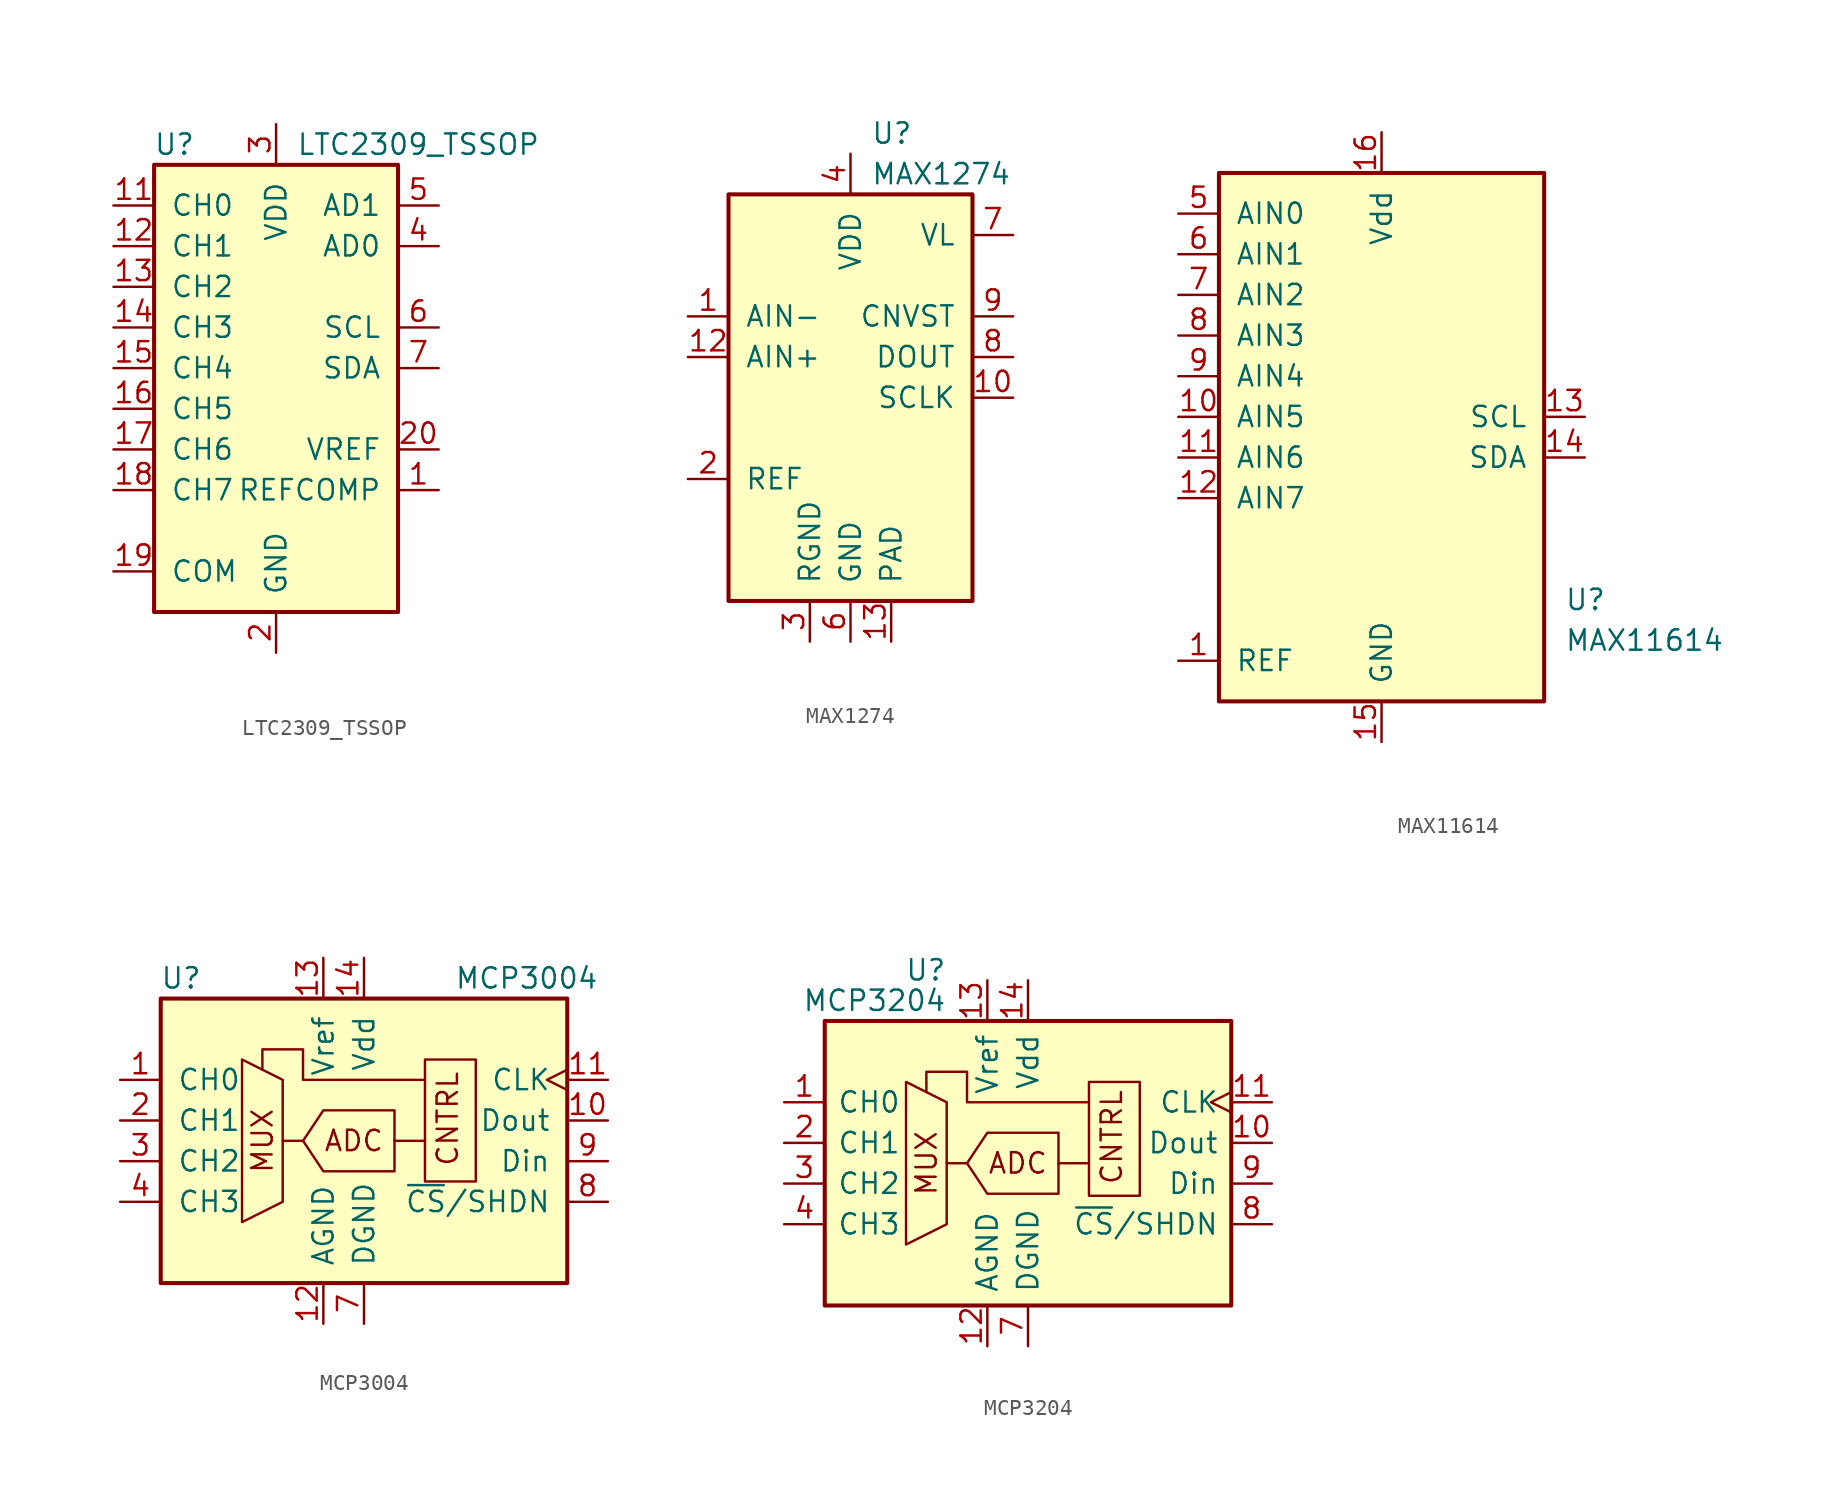
<source format=kicad_sym>
(kicad_symbol_lib
  (version 20220914)
  (generator kicad_symbol_editor)
  (symbol "LTC2309_TSSOP"
    (pin_names
      (offset 1.016))
    (property "Reference" "U"
      (at -6.35 13.97 0)
      (effects (font (size 1.27 1.27))))
    (property "Value" "LTC2309_TSSOP"
      (at 8.89 13.97 0)
      (effects (font (size 1.27 1.27))))
    (symbol "LTC2309_TSSOP_0_1"
      (rectangle (start -7.62 12.7) (end 7.62 -15.24) (stroke (width 0.254) (type default)) (fill (type background)))
      (pin input line (at -10.16 -2.54 0) (length 2.54) (name "CH5" (effects (font (size 1.27 1.27)))) (number "16" (effects (font (size 1.27 1.27))))))
    (symbol "LTC2309_TSSOP_1_1"
      (pin input line (at 10.16 -7.62 180) (length 2.54) (name "REFCOMP" (effects (font (size 1.27 1.27)))) (number "1" (effects (font (size 1.27 1.27)))))
      (pin passive line (at 0 15.24 270) (length 2.54) hide (name "VDD" (effects (font (size 1.27 1.27)))) (number "10" (effects (font (size 1.27 1.27)))))
      (pin input line (at -10.16 10.16 0) (length 2.54) (name "CH0" (effects (font (size 1.27 1.27)))) (number "11" (effects (font (size 1.27 1.27)))))
      (pin input line (at -10.16 7.62 0) (length 2.54) (name "CH1" (effects (font (size 1.27 1.27)))) (number "12" (effects (font (size 1.27 1.27)))))
      (pin input line (at -10.16 5.08 0) (length 2.54) (name "CH2" (effects (font (size 1.27 1.27)))) (number "13" (effects (font (size 1.27 1.27)))))
      (pin input line (at -10.16 2.54 0) (length 2.54) (name "CH3" (effects (font (size 1.27 1.27)))) (number "14" (effects (font (size 1.27 1.27)))))
      (pin input line (at -10.16 0 0) (length 2.54) (name "CH4" (effects (font (size 1.27 1.27)))) (number "15" (effects (font (size 1.27 1.27)))))
      (pin input line (at -10.16 -5.08 0) (length 2.54) (name "CH6" (effects (font (size 1.27 1.27)))) (number "17" (effects (font (size 1.27 1.27)))))
      (pin input line (at -10.16 -7.62 0) (length 2.54) (name "CH7" (effects (font (size 1.27 1.27)))) (number "18" (effects (font (size 1.27 1.27)))))
      (pin input line (at -10.16 -12.7 0) (length 2.54) (name "COM" (effects (font (size 1.27 1.27)))) (number "19" (effects (font (size 1.27 1.27)))))
      (pin power_in line (at 0 -17.78 90) (length 2.54) (name "GND" (effects (font (size 1.27 1.27)))) (number "2" (effects (font (size 1.27 1.27)))))
      (pin input line (at 10.16 -5.08 180) (length 2.54) (name "VREF" (effects (font (size 1.27 1.27)))) (number "20" (effects (font (size 1.27 1.27)))))
      (pin power_in line (at 0 15.24 270) (length 2.54) (name "VDD" (effects (font (size 1.27 1.27)))) (number "3" (effects (font (size 1.27 1.27)))))
      (pin input line (at 10.16 7.62 180) (length 2.54) (name "AD0" (effects (font (size 1.27 1.27)))) (number "4" (effects (font (size 1.27 1.27)))))
      (pin input line (at 10.16 10.16 180) (length 2.54) (name "AD1" (effects (font (size 1.27 1.27)))) (number "5" (effects (font (size 1.27 1.27)))))
      (pin input line (at 10.16 2.54 180) (length 2.54) (name "SCL" (effects (font (size 1.27 1.27)))) (number "6" (effects (font (size 1.27 1.27)))))
      (pin bidirectional line (at 10.16 0 180) (length 2.54) (name "SDA" (effects (font (size 1.27 1.27)))) (number "7" (effects (font (size 1.27 1.27)))))
      (pin passive line (at 0 -17.78 90) (length 2.54) hide (name "GND" (effects (font (size 1.27 1.27)))) (number "8" (effects (font (size 1.27 1.27)))))
      (pin passive line (at 0 -17.78 90) (length 2.54) hide (name "GND" (effects (font (size 1.27 1.27)))) (number "9" (effects (font (size 1.27 1.27)))))))
  (symbol "MAX1274"
    (pin_names
      (offset 1.016))
    (property "Reference" "U"
      (at 1.27 16.51 0)
      (effects (font (size 1.27 1.27)) (justify left)))
    (property "Value" "MAX1274"
      (at 1.27 13.97 0)
      (effects (font (size 1.27 1.27)) (justify left)))
    (symbol "MAX1274_1_1"
      (rectangle (start -7.62 12.7) (end 7.62 -12.7) (stroke (width 0.254) (type default)) (fill (type background)))
      (pin input line (at -10.16 5.08 0) (length 2.54) (name "AIN-" (effects (font (size 1.27 1.27)))) (number "1" (effects (font (size 1.27 1.27)))))
      (pin input line (at 10.16 0 180) (length 2.54) (name "SCLK" (effects (font (size 1.27 1.27)))) (number "10" (effects (font (size 1.27 1.27)))))
      (pin no_connect line (at 10.16 -5.08 180) (length 2.54) hide (name "NC" (effects (font (size 1.27 1.27)))) (number "11" (effects (font (size 1.27 1.27)))))
      (pin input line (at -10.16 2.54 0) (length 2.54) (name "AIN+" (effects (font (size 1.27 1.27)))) (number "12" (effects (font (size 1.27 1.27)))))
      (pin power_in line (at 2.54 -15.24 90) (length 2.54) (name "PAD" (effects (font (size 1.27 1.27)))) (number "13" (effects (font (size 1.27 1.27)))))
      (pin input line (at -10.16 -5.08 0) (length 2.54) (name "REF" (effects (font (size 1.27 1.27)))) (number "2" (effects (font (size 1.27 1.27)))))
      (pin power_in line (at -2.54 -15.24 90) (length 2.54) (name "RGND" (effects (font (size 1.27 1.27)))) (number "3" (effects (font (size 1.27 1.27)))))
      (pin power_in line (at 0 15.24 270) (length 2.54) (name "VDD" (effects (font (size 1.27 1.27)))) (number "4" (effects (font (size 1.27 1.27)))))
      (pin no_connect line (at 10.16 -7.62 180) (length 2.54) hide (name "NC" (effects (font (size 1.27 1.27)))) (number "5" (effects (font (size 1.27 1.27)))))
      (pin power_in line (at 0 -15.24 90) (length 2.54) (name "GND" (effects (font (size 1.27 1.27)))) (number "6" (effects (font (size 1.27 1.27)))))
      (pin power_in line (at 10.16 10.16 180) (length 2.54) (name "VL" (effects (font (size 1.27 1.27)))) (number "7" (effects (font (size 1.27 1.27)))))
      (pin output line (at 10.16 2.54 180) (length 2.54) (name "DOUT" (effects (font (size 1.27 1.27)))) (number "8" (effects (font (size 1.27 1.27)))))
      (pin input line (at 10.16 5.08 180) (length 2.54) (name "CNVST" (effects (font (size 1.27 1.27)))) (number "9" (effects (font (size 1.27 1.27)))))))
  (symbol "MAX11614"
    (pin_names
      (offset 1.016))
    (property "Reference" "U"
      (at 11.43 -11.43 0)
      (effects (font (size 1.27 1.27)) (justify left)))
    (property "Value" "MAX11614"
      (at 11.43 -13.97 0)
      (effects (font (size 1.27 1.27)) (justify left)))
    (symbol "MAX11614_0_1"
      (rectangle (start -10.16 15.24) (end 10.16 -17.78) (stroke (width 0.254) (type default)) (fill (type background))))
    (symbol "MAX11614_1_1"
      (pin input line (at -12.7 -15.24 0) (length 2.54) (name "REF" (effects (font (size 1.27 1.27)))) (number "1" (effects (font (size 1.27 1.27)))))
      (pin input line (at -12.7 0 0) (length 2.54) (name "AIN5" (effects (font (size 1.27 1.27)))) (number "10" (effects (font (size 1.27 1.27)))))
      (pin input line (at -12.7 -2.54 0) (length 2.54) (name "AIN6" (effects (font (size 1.27 1.27)))) (number "11" (effects (font (size 1.27 1.27)))))
      (pin input line (at -12.7 -5.08 0) (length 2.54) (name "AIN7" (effects (font (size 1.27 1.27)))) (number "12" (effects (font (size 1.27 1.27)))))
      (pin input line (at 12.7 0 180) (length 2.54) (name "SCL" (effects (font (size 1.27 1.27)))) (number "13" (effects (font (size 1.27 1.27)))))
      (pin bidirectional line (at 12.7 -2.54 180) (length 2.54) (name "SDA" (effects (font (size 1.27 1.27)))) (number "14" (effects (font (size 1.27 1.27)))))
      (pin power_in line (at 0 -20.32 90) (length 2.54) (name "GND" (effects (font (size 1.27 1.27)))) (number "15" (effects (font (size 1.27 1.27)))))
      (pin power_in line (at 0 17.78 270) (length 2.54) (name "Vdd" (effects (font (size 1.27 1.27)))) (number "16" (effects (font (size 1.27 1.27)))))
      (pin no_connect line (at -12.7 -12.7 0) (length 2.54) hide (name "NC" (effects (font (size 1.27 1.27)))) (number "2" (effects (font (size 1.27 1.27)))))
      (pin no_connect line (at -12.7 -10.16 0) (length 2.54) hide (name "NC" (effects (font (size 1.27 1.27)))) (number "3" (effects (font (size 1.27 1.27)))))
      (pin no_connect line (at -12.7 -7.62 0) (length 2.54) hide (name "NC" (effects (font (size 1.27 1.27)))) (number "4" (effects (font (size 1.27 1.27)))))
      (pin input line (at -12.7 12.7 0) (length 2.54) (name "AIN0" (effects (font (size 1.27 1.27)))) (number "5" (effects (font (size 1.27 1.27)))))
      (pin input line (at -12.7 10.16 0) (length 2.54) (name "AIN1" (effects (font (size 1.27 1.27)))) (number "6" (effects (font (size 1.27 1.27)))))
      (pin input line (at -12.7 7.62 0) (length 2.54) (name "AIN2" (effects (font (size 1.27 1.27)))) (number "7" (effects (font (size 1.27 1.27)))))
      (pin input line (at -12.7 5.08 0) (length 2.54) (name "AIN3" (effects (font (size 1.27 1.27)))) (number "8" (effects (font (size 1.27 1.27)))))
      (pin input line (at -12.7 2.54 0) (length 2.54) (name "AIN4" (effects (font (size 1.27 1.27)))) (number "9" (effects (font (size 1.27 1.27)))))))
  (symbol "MCP3004"
    (pin_names
      (offset 1.016))
    (property "Reference" "U"
      (at -11.43 8.89 0)
      (effects (font (size 1.27 1.27))))
    (property "Value" "MCP3004"
      (at 10.16 8.89 0)
      (effects (font (size 1.27 1.27))))
    (symbol "MCP3004_0_0"
      (text "ADC" (at -0.635 -1.27 0) (effects (font (size 1.27 1.27))))
      (text "CNTRL" (at 5.969 -2.921 900) (effects (font (size 1.27 1.27)) (justify left bottom)))
      (text "MUX" (at -6.35 -1.27 900) (effects (font (size 1.27 1.27)))))
    (symbol "MCP3004_0_1"
      (polyline (pts (xy -5.08 -1.27) (xy -3.81 -1.27)) (stroke (width 0) (type default)) (fill (type none)))
      (polyline (pts (xy 1.905 -1.27) (xy 3.81 -1.27)) (stroke (width 0) (type default)) (fill (type none)))
      (polyline (pts (xy -7.62 3.81) (xy -7.62 -6.35) (xy -5.08 -5.08) (xy -5.08 2.54) (xy -7.62 3.81)) (stroke (width 0) (type default)) (fill (type none)))
      (polyline (pts (xy 3.81 2.54) (xy -3.81 2.54) (xy -3.81 4.445) (xy -6.35 4.445) (xy -6.35 3.175)) (stroke (width 0) (type default)) (fill (type none)))
      (polyline (pts (xy -3.81 -1.27) (xy -2.54 0.635) (xy 1.905 0.635) (xy 1.905 -3.175) (xy -2.54 -3.175) (xy -3.81 -1.27)) (stroke (width 0) (type default)) (fill (type none)))
      (rectangle (start 3.81 -3.81) (end 6.985 3.81) (stroke (width 0) (type default)) (fill (type none)))
      (rectangle (start 12.7 7.62) (end -12.7 -10.16) (stroke (width 0.254) (type default)) (fill (type background))))
    (symbol "MCP3004_1_1"
      (pin input line (at -15.24 2.54 0) (length 2.54) (name "CH0" (effects (font (size 1.27 1.27)))) (number "1" (effects (font (size 1.27 1.27)))))
      (pin output line (at 15.24 0 180) (length 2.54) (name "Dout" (effects (font (size 1.27 1.27)))) (number "10" (effects (font (size 1.27 1.27)))))
      (pin input clock (at 15.24 2.54 180) (length 2.54) (name "CLK" (effects (font (size 1.27 1.27)))) (number "11" (effects (font (size 1.27 1.27)))))
      (pin power_in line (at -2.54 -12.7 90) (length 2.54) (name "AGND" (effects (font (size 1.27 1.27)))) (number "12" (effects (font (size 1.27 1.27)))))
      (pin power_in line (at -2.54 10.16 270) (length 2.54) (name "Vref" (effects (font (size 1.27 1.27)))) (number "13" (effects (font (size 1.27 1.27)))))
      (pin power_in line (at 0 10.16 270) (length 2.54) (name "Vdd" (effects (font (size 1.27 1.27)))) (number "14" (effects (font (size 1.27 1.27)))))
      (pin input line (at -15.24 0 0) (length 2.54) (name "CH1" (effects (font (size 1.27 1.27)))) (number "2" (effects (font (size 1.27 1.27)))))
      (pin input line (at -15.24 -2.54 0) (length 2.54) (name "CH2" (effects (font (size 1.27 1.27)))) (number "3" (effects (font (size 1.27 1.27)))))
      (pin input line (at -15.24 -5.08 0) (length 2.54) (name "CH3" (effects (font (size 1.27 1.27)))) (number "4" (effects (font (size 1.27 1.27)))))
      (pin no_connect line (at -15.24 5.08 0) (length 2.54) hide (name "NC" (effects (font (size 1.27 1.27)))) (number "5" (effects (font (size 1.27 1.27)))))
      (pin no_connect line (at -15.24 -7.62 0) (length 2.54) hide (name "NC" (effects (font (size 1.27 1.27)))) (number "6" (effects (font (size 1.27 1.27)))))
      (pin power_in line (at 0 -12.7 90) (length 2.54) (name "DGND" (effects (font (size 1.27 1.27)))) (number "7" (effects (font (size 1.27 1.27)))))
      (pin input line (at 15.24 -5.08 180) (length 2.54) (name "~{CS}/SHDN" (effects (font (size 1.27 1.27)))) (number "8" (effects (font (size 1.27 1.27)))))
      (pin input line (at 15.24 -2.54 180) (length 2.54) (name "Din" (effects (font (size 1.27 1.27)))) (number "9" (effects (font (size 1.27 1.27)))))))
  (symbol "MCP3204"
    (pin_names
      (offset 0.762))
    (property "Reference" "U"
      (at -5.08 10.795 0)
      (effects (font (size 1.27 1.27)) (justify right)))
    (property "Value" "MCP3204"
      (at -5.08 8.89 0)
      (effects (font (size 1.27 1.27)) (justify right)))
    (symbol "MCP3204_0_0"
      (text "ADC" (at -0.635 -1.27 0) (effects (font (size 1.27 1.27))))
      (text "CNTRL" (at 5.969 -2.667 900) (effects (font (size 1.27 1.27)) (justify left bottom)))
      (text "MUX" (at -6.35 -1.27 900) (effects (font (size 1.27 1.27)))))
    (symbol "MCP3204_0_1"
      (polyline (pts (xy -5.08 -1.27) (xy -3.81 -1.27)) (stroke (width 0) (type default)) (fill (type none)))
      (polyline (pts (xy 1.905 -1.27) (xy 3.81 -1.27)) (stroke (width 0) (type default)) (fill (type none)))
      (polyline (pts (xy -7.62 3.81) (xy -7.62 -6.35) (xy -5.08 -5.08) (xy -5.08 2.54) (xy -7.62 3.81)) (stroke (width 0) (type default)) (fill (type none)))
      (polyline (pts (xy 3.81 2.54) (xy -3.81 2.54) (xy -3.81 4.445) (xy -6.35 4.445) (xy -6.35 3.175)) (stroke (width 0) (type default)) (fill (type none)))
      (polyline (pts (xy -3.81 -1.27) (xy -2.54 0.635) (xy 1.905 0.635) (xy 1.905 -3.175) (xy -2.54 -3.175) (xy -3.81 -1.27)) (stroke (width 0) (type default)) (fill (type none)))
      (rectangle (start 3.81 -3.302) (end 6.985 3.81) (stroke (width 0) (type default)) (fill (type none)))
      (rectangle (start 12.7 7.62) (end -12.7 -10.16) (stroke (width 0.254) (type default)) (fill (type background))))
    (symbol "MCP3204_1_1"
      (pin input line (at -15.24 2.54 0) (length 2.54) (name "CH0" (effects (font (size 1.27 1.27)))) (number "1" (effects (font (size 1.27 1.27)))))
      (pin output line (at 15.24 0 180) (length 2.54) (name "Dout" (effects (font (size 1.27 1.27)))) (number "10" (effects (font (size 1.27 1.27)))))
      (pin input clock (at 15.24 2.54 180) (length 2.54) (name "CLK" (effects (font (size 1.27 1.27)))) (number "11" (effects (font (size 1.27 1.27)))))
      (pin power_in line (at -2.54 -12.7 90) (length 2.54) (name "AGND" (effects (font (size 1.27 1.27)))) (number "12" (effects (font (size 1.27 1.27)))))
      (pin power_in line (at -2.54 10.16 270) (length 2.54) (name "Vref" (effects (font (size 1.27 1.27)))) (number "13" (effects (font (size 1.27 1.27)))))
      (pin power_in line (at 0 10.16 270) (length 2.54) (name "Vdd" (effects (font (size 1.27 1.27)))) (number "14" (effects (font (size 1.27 1.27)))))
      (pin input line (at -15.24 0 0) (length 2.54) (name "CH1" (effects (font (size 1.27 1.27)))) (number "2" (effects (font (size 1.27 1.27)))))
      (pin input line (at -15.24 -2.54 0) (length 2.54) (name "CH2" (effects (font (size 1.27 1.27)))) (number "3" (effects (font (size 1.27 1.27)))))
      (pin input line (at -15.24 -5.08 0) (length 2.54) (name "CH3" (effects (font (size 1.27 1.27)))) (number "4" (effects (font (size 1.27 1.27)))))
      (pin no_connect line (at -10.16 -12.7 90) (length 2.54) hide (name "NC" (effects (font (size 1.27 1.27)))) (number "5" (effects (font (size 1.27 1.27)))))
      (pin no_connect line (at -7.62 -12.7 90) (length 2.54) hide (name "NC" (effects (font (size 1.27 1.27)))) (number "6" (effects (font (size 1.27 1.27)))))
      (pin power_in line (at 0 -12.7 90) (length 2.54) (name "DGND" (effects (font (size 1.27 1.27)))) (number "7" (effects (font (size 1.27 1.27)))))
      (pin input line (at 15.24 -5.08 180) (length 2.54) (name "~{CS}/SHDN" (effects (font (size 1.27 1.27)))) (number "8" (effects (font (size 1.27 1.27)))))
      (pin input line (at 15.24 -2.54 180) (length 2.54) (name "Din" (effects (font (size 1.27 1.27)))) (number "9" (effects (font (size 1.27 1.27))))))))
</source>
